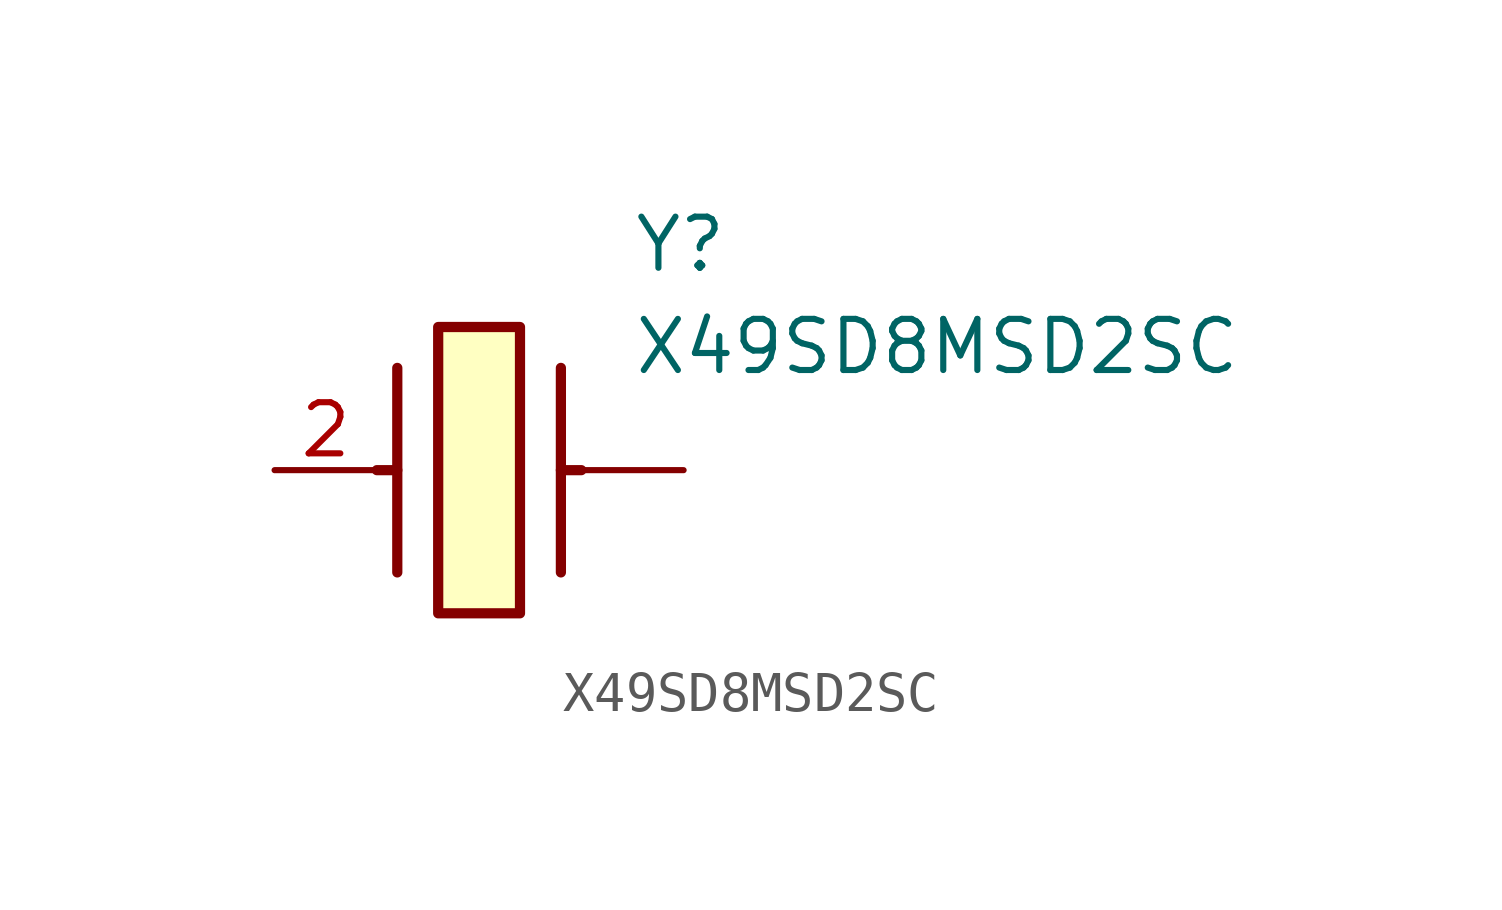
<source format=kicad_sym>
(kicad_symbol_lib
  (version 20211014)
  (generator SamacSys_ECAD_Model)
  (symbol "X49SD8MSD2SC"
    (pin_names hide)
    (property "Reference" "Y"
      (at 8.89 6.35 0)
      (effects (font (size 1.27 1.27)) (justify left top)))
    (property "Value" "X49SD8MSD2SC"
      (at 8.89 3.81 0)
      (effects (font (size 1.27 1.27)) (justify left top)))
    (rectangle
      (start 4.064 3.556)
      (end 6.096 -3.556)
      (stroke (width 0.254) (type default))
      (fill (type background)))
    (polyline
      (pts (xy 3.048 2.54) (xy 3.048 -2.54))
      (stroke (width 0.254) (type default))
      (fill (type none)))
    (polyline
      (pts (xy 7.112 2.54) (xy 7.112 -2.54))
      (stroke (width 0.254) (type default))
      (fill (type none)))
    (polyline
      (pts (xy 7.112 0) (xy 7.62 0))
      (stroke (width 0.254) (type default))
      (fill (type none)))
    (polyline
      (pts (xy 3.048 0) (xy 2.54 0))
      (stroke (width 0.254) (type default))
      (fill (type none)))
    (pin passive line
      (at 0 0 0)
      (length 2.54)
      (name "CRYSTAL__2" (effects (font (size 1.27 1.27))))
      (number "2" (effects (font (size 1.27 1.27)))))
    (pin passive line
      (at 10.16 0 180)
      (length 2.54)
      (name "" (effects (font (size 1.27 1.27))))
      (number "" (effects (font (size 1.27 1.27)))))))
</source>
